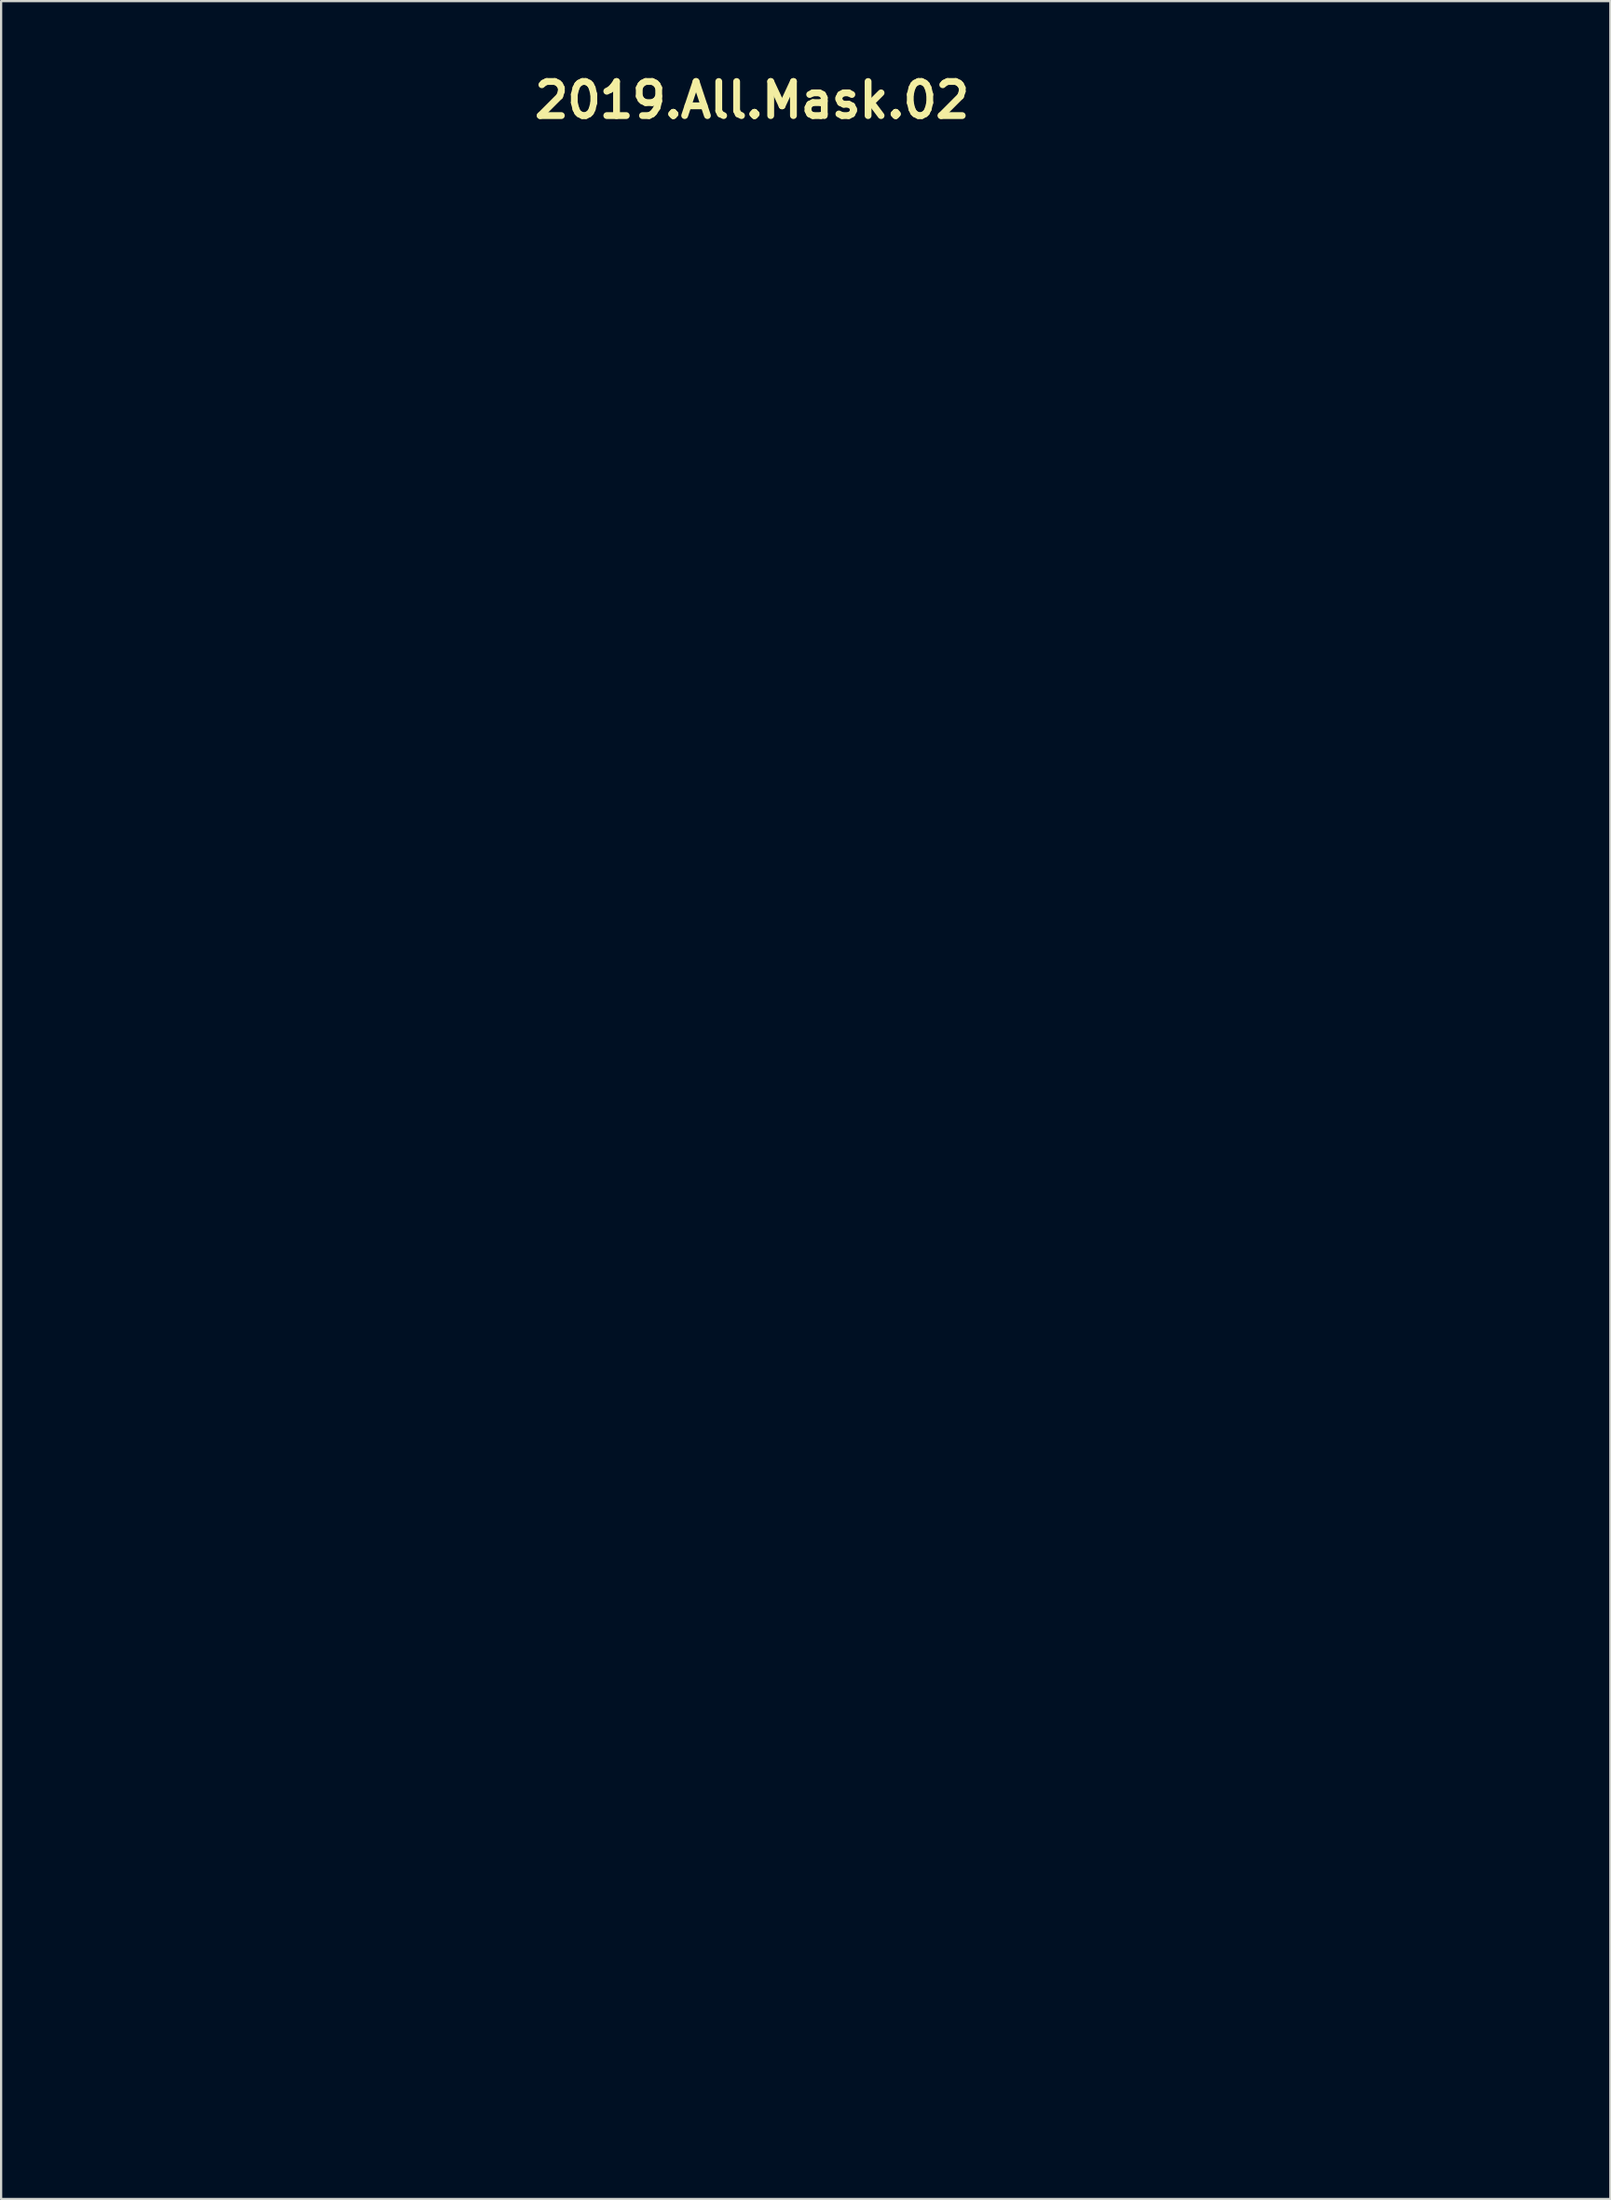
<source format=kicad_pcb>
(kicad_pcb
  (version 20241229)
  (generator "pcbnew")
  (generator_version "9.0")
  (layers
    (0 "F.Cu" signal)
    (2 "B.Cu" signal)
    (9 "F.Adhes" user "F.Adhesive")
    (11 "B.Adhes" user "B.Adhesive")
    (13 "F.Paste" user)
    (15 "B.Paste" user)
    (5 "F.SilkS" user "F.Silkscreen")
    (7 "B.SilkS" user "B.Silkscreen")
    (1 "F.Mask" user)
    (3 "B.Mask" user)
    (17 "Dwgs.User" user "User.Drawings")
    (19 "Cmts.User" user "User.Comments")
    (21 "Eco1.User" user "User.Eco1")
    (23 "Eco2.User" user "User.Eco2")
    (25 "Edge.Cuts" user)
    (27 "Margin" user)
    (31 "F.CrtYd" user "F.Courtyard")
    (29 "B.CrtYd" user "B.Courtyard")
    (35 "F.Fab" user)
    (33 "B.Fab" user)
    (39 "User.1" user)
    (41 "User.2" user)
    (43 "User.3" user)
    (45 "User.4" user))
  (footprint "2019.All.Mask.02"
    (layer "F.Cu")
    (at 30.577 48.353)
    (property "Reference" "2019.All.Mask.02" (at 0 -46.926 0) (layer "F.SilkS") (effects (font (size 1.524 1.524) (thickness 0.305))))
    (attr smd)
    (fp_poly (pts (xy -18.902 -39.143) (xy -18.903 -39.69) (xy -18.907 -40.116) (xy -18.917 -40.437) (xy -18.933 -40.673) (xy -18.957 -40.841) (xy -18.993 -40.958) (xy -19.04 -41.043) (xy -19.102 -41.113) (xy -19.174 -41.176) (xy -19.264 -41.224) (xy -19.397 -41.259) (xy -19.593 -41.283) (xy -19.876 -41.299) (xy -20.269 -41.308) (xy -20.794 -41.312) (xy -21.474 -41.313) (xy -22.088 -41.312) (xy -22.584 -41.307) (xy -22.977 -41.298) (xy -23.279 -41.284) (xy -23.506 -41.263) (xy -23.671 -41.236) (xy -23.787 -41.201) (xy -23.869 -41.158) (xy -23.94 -41.102) (xy -23.994 -41.034) (xy -24.034 -40.933) (xy -24.061 -40.777) (xy -24.077 -40.545) (xy -24.086 -40.217) (xy -24.09 -39.772) (xy -24.091 -39.187) (xy -24.091 -38.96) (xy -24.091 -38.733) (xy -24.091 -38.506) (xy -24.091 -38.279) (xy -24.091 -38.052) (xy -24.091 -37.825) (xy -24.091 -37.598) (xy -24.091 -37.372) (xy -23.766 -37.372) (xy -23.442 -37.372) (xy -23.118 -37.372) (xy -22.793 -37.372) (xy -22.469 -37.372) (xy -22.145 -37.372) (xy -21.82 -37.372) (xy -21.496 -37.372) (xy -21.172 -37.372) (xy -20.848 -37.372) (xy -20.523 -37.372) (xy -20.199 -37.372) (xy -19.875 -37.372) (xy -19.55 -37.372) (xy -19.226 -37.372) (xy -18.902 -37.372) (xy -18.902 -37.593) (xy -18.902 -37.814) (xy -18.902 -38.036) (xy -18.902 -38.257) (xy -18.902 -38.479) (xy -18.902 -38.7) (xy -18.902 -38.921) (xy -18.902 -39.143)) (stroke (width 0) (type solid)) (fill yes) (layer "F.Mask"))
    (fp_poly (pts (xy 19.91 -35.331) (xy 19.882 -35.392) (xy 19.866 -35.448) (xy 19.864 -35.504) (xy 19.877 -35.561) (xy 19.906 -35.624) (xy 19.953 -35.696) (xy 20.018 -35.779) (xy 20.102 -35.878) (xy 20.394 -36.318) (xy 20.485 -36.548) (xy 20.539 -36.78) (xy 20.56 -37.011) (xy 20.548 -37.239) (xy 20.505 -37.459) (xy 20.431 -37.669) (xy 20.329 -37.867) (xy 20.199 -38.048) (xy 20.043 -38.209) (xy 19.863 -38.348) (xy 19.659 -38.462) (xy 19.433 -38.547) (xy 19.186 -38.6) (xy 18.92 -38.619) (xy 18.671 -38.6) (xy 18.438 -38.547) (xy 18.224 -38.463) (xy 18.029 -38.35) (xy 17.855 -38.213) (xy 17.704 -38.054) (xy 17.576 -37.876) (xy 17.473 -37.683) (xy 17.397 -37.477) (xy 17.349 -37.263) (xy 17.331 -37.043) (xy 17.344 -36.821) (xy 17.389 -36.6) (xy 17.468 -36.382) (xy 17.582 -36.172) (xy 17.733 -35.972) (xy 17.816 -35.875) (xy 17.881 -35.789) (xy 17.93 -35.711) (xy 17.963 -35.64) (xy 17.983 -35.571) (xy 17.99 -35.502) (xy 17.986 -35.431) (xy 17.97 -35.353) (xy 17.949 -35.267) (xy 17.936 -35.204) (xy 17.932 -35.163) (xy 17.938 -35.143) (xy 17.956 -35.144) (xy 17.987 -35.163) (xy 18.032 -35.2) (xy 18.092 -35.254) (xy 18.235 -35.331) (xy 18.451 -35.388) (xy 18.715 -35.423) (xy 18.998 -35.438) (xy 19.273 -35.431) (xy 19.513 -35.402) (xy 19.69 -35.35) (xy 19.777 -35.276) (xy 19.79 -35.246) (xy 19.806 -35.218) (xy 19.825 -35.193) (xy 19.845 -35.17) (xy 19.865 -35.152) (xy 19.886 -35.138) (xy 19.907 -35.13) (xy 19.927 -35.127) (xy 19.944 -35.131) (xy 19.955 -35.142) (xy 19.96 -35.161) (xy 19.961 -35.186) (xy 19.956 -35.216) (xy 19.946 -35.251) (xy 19.93 -35.289) (xy 19.91 -35.331) (xy 19.91 -35.331)) (stroke (width 0) (type solid)) (fill yes) (layer "F.Mask"))
    (fp_poly (pts (xy 8.238 6.432) (xy 8.238 6.304) (xy 8.238 6.176) (xy 8.238 6.049) (xy 8.238 5.921) (xy 8.238 5.793) (xy 8.238 5.665) (xy 8.238 5.537) (xy 8.238 5.409) (xy 8.238 5.282) (xy 8.238 5.154) (xy 8.238 5.026) (xy 8.238 4.898) (xy 8.238 4.77) (xy 8.238 4.642) (xy 8.238 4.514) (xy 8.238 4.387) (xy 7.708 4.387) (xy 7.178 4.387) (xy 6.648 4.387) (xy 6.118 4.387) (xy 5.588 4.387) (xy 5.058 4.387) (xy 4.528 4.387) (xy 3.998 4.387) (xy 3.468 4.387) (xy 2.938 4.387) (xy 2.407 4.387) (xy 1.877 4.387) (xy 1.347 4.387) (xy 0.817 4.387) (xy 0.287 4.387) (xy -0.243 4.387) (xy -0.773 4.387) (xy -1.303 4.387) (xy -1.833 4.387) (xy -2.363 4.387) (xy -2.893 4.387) (xy -3.423 4.387) (xy -3.954 4.387) (xy -4.484 4.387) (xy -5.014 4.387) (xy -5.544 4.387) (xy -6.074 4.387) (xy -6.604 4.387) (xy -7.134 4.387) (xy -7.664 4.387) (xy -8.194 4.387) (xy -8.724 4.387) (xy -8.724 4.514) (xy -8.724 4.642) (xy -8.724 4.77) (xy -8.724 4.898) (xy -8.724 5.026) (xy -8.724 5.154) (xy -8.724 5.282) (xy -8.724 5.409) (xy -8.724 5.537) (xy -8.724 5.665) (xy -8.724 5.793) (xy -8.724 5.921) (xy -8.724 6.049) (xy -8.724 6.176) (xy -8.724 6.304) (xy -8.724 6.432) (xy -8.724 6.56) (xy -8.724 6.688) (xy -8.724 6.816) (xy -8.724 6.944) (xy -8.724 7.071) (xy -8.724 7.199) (xy -8.724 7.327) (xy -8.724 7.455) (xy -8.724 7.583) (xy -8.724 7.711) (xy -8.724 7.838) (xy -8.724 7.966) (xy -8.724 8.094) (xy -8.724 8.222) (xy -8.724 8.35) (xy -8.724 8.478) (xy -8.194 8.478) (xy -7.664 8.478) (xy -7.134 8.478) (xy -6.604 8.478) (xy -6.074 8.478) (xy -5.544 8.478) (xy -5.014 8.478) (xy -4.484 8.478) (xy -3.954 8.478) (xy -3.423 8.478) (xy -2.893 8.478) (xy -2.363 8.478) (xy -1.833 8.478) (xy -1.303 8.478) (xy -0.773 8.478) (xy -0.243 8.478) (xy 0.287 8.478) (xy 0.817 8.478) (xy 1.347 8.478) (xy 1.877 8.478) (xy 2.407 8.478) (xy 2.938 8.478) (xy 3.468 8.478) (xy 3.998 8.478) (xy 4.528 8.478) (xy 5.058 8.478) (xy 5.588 8.478) (xy 6.118 8.478) (xy 6.648 8.478) (xy 7.178 8.478) (xy 7.708 8.478) (xy 8.238 8.478) (xy 8.238 8.35) (xy 8.238 8.222) (xy 8.238 8.094) (xy 8.238 7.966) (xy 8.238 7.838) (xy 8.238 7.711) (xy 8.238 7.583) (xy 8.238 7.455) (xy 8.238 7.327) (xy 8.238 7.199) (xy 8.238 7.071) (xy 8.238 6.944) (xy 8.238 6.816) (xy 8.238 6.688) (xy 8.238 6.56) (xy 8.238 6.432)) (stroke (width 0) (type solid)) (fill yes) (layer "F.Mask"))
    (fp_poly (pts (xy 26.299 39.706) (xy 26.314 39.489) (xy 26.369 39.311) (xy 26.479 39.139) (xy 26.56 39.046) (xy 26.583 39.021) (xy 26.608 38.995) (xy 26.634 38.969) (xy 26.661 38.941) (xy 26.709 38.892) (xy 26.755 38.843) (xy 26.8 38.792) (xy 26.843 38.742) (xy 26.884 38.69) (xy 26.924 38.638) (xy 26.962 38.585) (xy 26.999 38.532) (xy 27.035 38.478) (xy 27.068 38.423) (xy 27.1 38.368) (xy 27.131 38.311) (xy 27.16 38.254) (xy 27.187 38.197) (xy 27.213 38.138) (xy 27.238 38.079) (xy 27.261 38.019) (xy 27.282 37.958) (xy 27.302 37.897) (xy 27.32 37.834) (xy 27.337 37.771) (xy 27.353 37.707) (xy 27.366 37.642) (xy 27.379 37.576) (xy 27.39 37.509) (xy 27.399 37.442) (xy 27.407 37.373) (xy 27.413 37.304) (xy 27.418 37.234) (xy 27.422 37.163) (xy 27.424 37.09) (xy 27.424 37.017) (xy 27.424 36.94) (xy 27.421 36.865) (xy 27.417 36.79) (xy 27.411 36.717) (xy 27.404 36.645) (xy 27.394 36.574) (xy 27.384 36.505) (xy 27.371 36.436) (xy 27.357 36.368) (xy 27.341 36.301) (xy 27.323 36.235) (xy 27.303 36.17) (xy 27.282 36.106) (xy 27.258 36.042) (xy 27.233 35.979) (xy 27.206 35.917) (xy 27.177 35.856) (xy 27.146 35.795) (xy 27.114 35.735) (xy 27.079 35.675) (xy 27.042 35.616) (xy 27.003 35.557) (xy 26.963 35.498) (xy 26.92 35.44) (xy 26.875 35.383) (xy 26.828 35.325) (xy 26.779 35.268) (xy 26.728 35.211) (xy 26.675 35.154) (xy 26.62 35.097) (xy 26.562 35.04) (xy 26.502 34.983) (xy 26.403 34.894) (xy 26.301 34.81) (xy 26.196 34.733) (xy 26.089 34.66) (xy 25.98 34.594) (xy 25.87 34.533) (xy 25.757 34.478) (xy 25.643 34.428) (xy 25.528 34.384) (xy 25.411 34.346) (xy 25.293 34.313) (xy 25.174 34.287) (xy 25.055 34.265) (xy 24.935 34.25) (xy 24.814 34.24) (xy 24.693 34.235) (xy 24.572 34.237) (xy 24.452 34.244) (xy 24.331 34.257) (xy 24.211 34.275) (xy 24.091 34.299) (xy 23.972 34.329) (xy 23.854 34.365) (xy 23.737 34.406) (xy 23.621 34.453) (xy 23.506 34.505) (xy 23.393 34.563) (xy 23.282 34.627) (xy 23.172 34.697) (xy 23.065 34.772) (xy 22.959 34.853) (xy 22.856 34.94) (xy 22.745 35.044) (xy 22.64 35.152) (xy 22.542 35.264) (xy 22.451 35.38) (xy 22.367 35.5) (xy 22.29 35.623) (xy 22.22 35.749) (xy 22.157 35.877) (xy 22.1 36.008) (xy 22.051 36.141) (xy 22.009 36.276) (xy 21.973 36.413) (xy 21.945 36.55) (xy 21.923 36.689) (xy 21.909 36.828) (xy 21.901 36.968) (xy 21.901 37.108) (xy 21.907 37.247) (xy 21.921 37.386) (xy 21.942 37.524) (xy 21.969 37.661) (xy 22.004 37.797) (xy 22.046 37.93) (xy 22.095 38.062) (xy 22.151 38.192) (xy 22.214 38.319) (xy 22.284 38.443) (xy 22.361 38.564) (xy 22.446 38.681) (xy 22.537 38.795) (xy 22.636 38.905) (xy 22.742 39.01) (xy 22.842 39.108) (xy 22.922 39.197) (xy 23.034 39.36) (xy 23.09 39.529) (xy 23.106 39.731) (xy 23.106 39.825) (xy 23.106 39.919) (xy 23.106 40.014) (xy 23.106 40.108) (xy 23.23 40.108) (xy 23.355 40.108) (xy 23.48 40.108) (xy 23.604 40.108) (xy 23.879 40.102) (xy 24.029 40.071) (xy 24.091 39.996) (xy 24.103 39.859) (xy 24.116 39.72) (xy 24.183 39.645) (xy 24.348 39.615) (xy 24.652 39.609) (xy 24.957 39.615) (xy 25.121 39.645) (xy 25.188 39.72) (xy 25.201 39.859) (xy 25.214 39.997) (xy 25.281 40.072) (xy 25.445 40.102) (xy 25.75 40.108) (xy 25.887 40.108) (xy 26.024 40.108) (xy 26.161 40.108) (xy 26.299 40.108) (xy 26.299 40.007) (xy 26.299 39.907) (xy 26.299 39.806) (xy 26.299 39.706)) (stroke (width 0) (type solid)) (fill yes) (layer "F.Mask"))
    (fp_poly (pts (xy 34.83 -10.45) (xy 34.925 -10.475) (xy 35.008 -10.503) (xy 35.08 -10.535) (xy 35.142 -10.575) (xy 35.195 -10.628) (xy 35.239 -10.696) (xy 35.276 -10.783) (xy 35.306 -10.892) (xy 35.329 -11.028) (xy 35.347 -11.192) (xy 35.36 -11.39) (xy 35.368 -11.623) (xy 35.374 -11.897) (xy 35.377 -12.214) (xy 35.379 -12.577) (xy 35.379 -12.991) (xy 35.379 -13.263) (xy 35.379 -13.536) (xy 35.379 -13.808) (xy 35.379 -14.081) (xy 35.379 -14.353) (xy 35.379 -14.625) (xy 35.379 -14.898) (xy 35.379 -15.17) (xy 35.329 -15.17) (xy 35.279 -15.17) (xy 35.229 -15.17) (xy 35.179 -15.17) (xy 35.129 -15.17) (xy 35.08 -15.17) (xy 35.03 -15.17) (xy 34.98 -15.17) (xy 34.93 -15.17) (xy 34.88 -15.17) (xy 34.83 -15.17) (xy 34.78 -15.17) (xy 34.73 -15.17) (xy 34.68 -15.17) (xy 34.631 -15.17) (xy 34.581 -15.17) (xy 34.581 -15.276) (xy 34.581 -15.382) (xy 34.581 -15.488) (xy 34.581 -15.594) (xy 34.581 -15.7) (xy 34.581 -15.806) (xy 34.581 -15.912) (xy 34.581 -16.019) (xy 34.581 -16.125) (xy 34.581 -16.231) (xy 34.581 -16.337) (xy 34.581 -16.443) (xy 34.581 -16.549) (xy 34.581 -16.655) (xy 34.581 -16.761) (xy 34.581 -16.867) (xy 34.631 -16.867) (xy 34.68 -16.867) (xy 34.73 -16.867) (xy 34.78 -16.867) (xy 34.83 -16.867) (xy 34.88 -16.867) (xy 34.93 -16.867) (xy 34.98 -16.867) (xy 35.099 -16.868) (xy 35.192 -16.874) (xy 35.262 -16.886) (xy 35.313 -16.907) (xy 35.346 -16.937) (xy 35.367 -16.98) (xy 35.376 -17.036) (xy 35.379 -17.109) (xy 35.374 -17.164) (xy 35.36 -17.222) (xy 35.337 -17.282) (xy 35.306 -17.341) (xy 35.267 -17.4) (xy 35.222 -17.456) (xy 35.172 -17.509) (xy 35.116 -17.558) (xy 35.022 -17.624) (xy 34.906 -17.674) (xy 34.737 -17.711) (xy 34.481 -17.736) (xy 34.106 -17.752) (xy 33.579 -17.76) (xy 32.866 -17.764) (xy 31.936 -17.765) (xy 31.006 -17.764) (xy 30.294 -17.76) (xy 29.767 -17.752) (xy 29.391 -17.736) (xy 29.136 -17.711) (xy 28.966 -17.674) (xy 28.851 -17.624) (xy 28.757 -17.558) (xy 28.701 -17.509) (xy 28.65 -17.456) (xy 28.606 -17.4) (xy 28.567 -17.341) (xy 28.536 -17.282) (xy 28.513 -17.222) (xy 28.499 -17.164) (xy 28.494 -17.109) (xy 28.497 -17.036) (xy 28.506 -16.98) (xy 28.526 -16.937) (xy 28.56 -16.907) (xy 28.61 -16.886) (xy 28.681 -16.874) (xy 28.774 -16.868) (xy 28.893 -16.867) (xy 28.943 -16.867) (xy 28.993 -16.867) (xy 29.043 -16.867) (xy 29.093 -16.867) (xy 29.143 -16.867) (xy 29.192 -16.867) (xy 29.242 -16.867) (xy 29.292 -16.867) (xy 29.292 -16.761) (xy 29.292 -16.655) (xy 29.292 -16.549) (xy 29.292 -16.443) (xy 29.292 -16.337) (xy 29.292 -16.231) (xy 29.292 -16.125) (xy 29.292 -16.019) (xy 29.292 -15.912) (xy 29.292 -15.806) (xy 29.292 -15.7) (xy 29.292 -15.594) (xy 29.292 -15.488) (xy 29.292 -15.382) (xy 29.292 -15.276) (xy 29.292 -15.17) (xy 29.242 -15.17) (xy 29.192 -15.17) (xy 29.143 -15.17) (xy 29.093 -15.17) (xy 29.043 -15.17) (xy 28.993 -15.17) (xy 28.943 -15.17) (xy 28.893 -15.17) (xy 28.843 -15.17) (xy 28.793 -15.17) (xy 28.743 -15.17) (xy 28.694 -15.17) (xy 28.644 -15.17) (xy 28.594 -15.17) (xy 28.544 -15.17) (xy 28.494 -15.17) (xy 28.494 -14.898) (xy 28.494 -14.625) (xy 28.494 -14.353) (xy 28.494 -14.081) (xy 28.494 -13.808) (xy 28.494 -13.536) (xy 28.494 -13.263) (xy 28.494 -12.991) (xy 28.494 -12.622) (xy 28.495 -12.297) (xy 28.496 -12.012) (xy 28.498 -11.765) (xy 28.502 -11.552) (xy 28.507 -11.371) (xy 28.514 -11.218) (xy 28.523 -11.091) (xy 28.535 -10.986) (xy 28.549 -10.9) (xy 28.566 -10.831) (xy 28.586 -10.774) (xy 28.61 -10.728) (xy 28.637 -10.689) (xy 28.668 -10.655) (xy 28.704 -10.621) (xy 28.741 -10.59) (xy 28.783 -10.562) (xy 28.832 -10.537) (xy 28.892 -10.516) (xy 28.966 -10.498) (xy 29.059 -10.482) (xy 29.174 -10.468) (xy 29.314 -10.457) (xy 29.483 -10.448) (xy 29.685 -10.44) (xy 29.922 -10.434) (xy 30.199 -10.428) (xy 30.519 -10.424) (xy 30.885 -10.421) (xy 31.302 -10.418) (xy 31.772 -10.415) (xy 32.064 -10.413) (xy 32.35 -10.412) (xy 32.629 -10.412) (xy 32.898 -10.412) (xy 33.156 -10.413) (xy 33.401 -10.414) (xy 33.633 -10.416) (xy 33.849 -10.418) (xy 34.048 -10.421) (xy 34.229 -10.424) (xy 34.389 -10.427) (xy 34.527 -10.431) (xy 34.642 -10.435) (xy 34.732 -10.44) (xy 34.795 -10.445) (xy 34.83 -10.45) (xy 34.83 -10.45)) (stroke (width 0) (type solid)) (fill yes) (layer "F.Mask"))
    (fp_poly (pts (xy -24.993 27.904) (xy -24.96 27.867) (xy -24.929 27.83) (xy -24.899 27.791) (xy -24.87 27.751) (xy -24.843 27.71) (xy -24.818 27.668) (xy -24.795 27.625) (xy -24.774 27.582) (xy -24.755 27.537) (xy -24.738 27.491) (xy -24.724 27.444) (xy -24.712 27.397) (xy -24.702 27.348) (xy -24.695 27.299) (xy -24.691 27.249) (xy -24.689 27.198) (xy -24.694 27.113) (xy -24.709 27.027) (xy -24.732 26.941) (xy -24.763 26.856) (xy -24.801 26.772) (xy -24.847 26.691) (xy -24.898 26.614) (xy -24.954 26.541) (xy -25.015 26.472) (xy -25.08 26.41) (xy -25.149 26.354) (xy -25.22 26.306) (xy -25.292 26.266) (xy -25.366 26.235) (xy -25.441 26.214) (xy -25.515 26.204) (xy -25.549 26.203) (xy -25.581 26.2) (xy -25.612 26.197) (xy -25.641 26.194) (xy -25.668 26.19) (xy -25.693 26.185) (xy -25.717 26.179) (xy -25.738 26.172) (xy -25.757 26.164) (xy -25.774 26.155) (xy -25.788 26.144) (xy -25.8 26.131) (xy -25.81 26.116) (xy -25.816 26.1) (xy -25.821 26.081) (xy -25.822 26.06) (xy -25.823 26.04) (xy -25.826 26.017) (xy -25.832 25.99) (xy -25.839 25.96) (xy -25.849 25.928) (xy -25.86 25.894) (xy -25.874 25.858) (xy -25.889 25.821) (xy -25.906 25.783) (xy -25.925 25.744) (xy -25.946 25.705) (xy -25.969 25.666) (xy -25.993 25.627) (xy -26.019 25.59) (xy -26.046 25.554) (xy -26.075 25.52) (xy -26.119 25.472) (xy -26.16 25.43) (xy -26.2 25.391) (xy -26.238 25.357) (xy -26.276 25.326) (xy -26.314 25.3) (xy -26.353 25.277) (xy -26.392 25.257) (xy -26.433 25.24) (xy -26.475 25.226) (xy -26.52 25.214) (xy -26.568 25.205) (xy -26.62 25.198) (xy -26.675 25.193) (xy -26.734 25.189) (xy -26.799 25.187) (xy -26.822 25.187) (xy -26.846 25.188) (xy -26.87 25.19) (xy -26.896 25.193) (xy -26.922 25.196) (xy -26.948 25.2) (xy -26.975 25.203) (xy -27.002 25.207) (xy -27.03 25.21) (xy -27.057 25.212) (xy -27.085 25.214) (xy -27.112 25.215) (xy -27.139 25.215) (xy -27.166 25.213) (xy -27.192 25.21) (xy -27.218 25.205) (xy -27.244 25.198) (xy -27.268 25.189) (xy -27.293 25.179) (xy -27.316 25.167) (xy -27.339 25.155) (xy -27.361 25.141) (xy -27.383 25.127) (xy -27.404 25.112) (xy -27.425 25.097) (xy -27.445 25.083) (xy -27.464 25.068) (xy -27.483 25.055) (xy -27.501 25.041) (xy -27.519 25.029) (xy -27.536 25.018) (xy -27.553 25.009) (xy -27.636 24.97) (xy -27.724 24.936) (xy -27.816 24.908) (xy -27.911 24.885) (xy -28.009 24.868) (xy -28.109 24.856) (xy -28.21 24.849) (xy -28.31 24.848) (xy -28.41 24.852) (xy -28.508 24.862) (xy -28.604 24.877) (xy -28.696 24.897) (xy -28.785 24.922) (xy -28.868 24.953) (xy -28.945 24.99) (xy -29.016 25.031) (xy -29.078 25.075) (xy -29.139 25.124) (xy -29.2 25.177) (xy -29.259 25.234) (xy -29.316 25.294) (xy -29.371 25.356) (xy -29.422 25.421) (xy -29.471 25.486) (xy -29.515 25.551) (xy -29.555 25.617) (xy -29.591 25.681) (xy -29.62 25.743) (xy -29.645 25.804) (xy -29.663 25.861) (xy -29.674 25.915) (xy -29.678 25.964) (xy -29.679 25.982) (xy -29.682 26.001) (xy -29.686 26.019) (xy -29.692 26.038) (xy -29.699 26.056) (xy -29.708 26.073) (xy -29.717 26.09) (xy -29.727 26.106) (xy -29.738 26.121) (xy -29.749 26.134) (xy -29.76 26.146) (xy -29.772 26.157) (xy -29.783 26.165) (xy -29.794 26.171) (xy -29.805 26.175) (xy -29.815 26.176) (xy -29.825 26.178) (xy -29.839 26.182) (xy -29.854 26.188) (xy -29.872 26.197) (xy -29.892 26.208) (xy -29.914 26.222) (xy -29.937 26.238) (xy -29.963 26.256) (xy -29.99 26.277) (xy -30.019 26.299) (xy -30.049 26.324) (xy -30.081 26.35) (xy -30.114 26.379) (xy -30.148 26.409) (xy -30.184 26.441) (xy -30.22 26.475) (xy -30.305 26.561) (xy -30.377 26.644) (xy -30.436 26.725) (xy -30.484 26.805) (xy -30.521 26.883) (xy -30.548 26.959) (xy -30.565 27.034) (xy -30.575 27.107) (xy -30.577 27.18) (xy -30.573 27.252) (xy -30.563 27.324) (xy -30.549 27.396) (xy -30.531 27.467) (xy -30.509 27.539) (xy -30.486 27.611) (xy -30.462 27.683) (xy -30.443 27.728) (xy -30.42 27.772) (xy -30.391 27.815) (xy -30.358 27.858) (xy -30.322 27.899) (xy -30.283 27.938) (xy -30.242 27.976) (xy -30.2 28.011) (xy -30.156 28.044) (xy -30.113 28.074) (xy -30.071 28.101) (xy -30.029 28.124) (xy -29.99 28.144) (xy -29.954 28.16) (xy -29.921 28.171) (xy -29.892 28.178) (xy -29.749 28.199) (xy -29.59 28.215) (xy -29.418 28.228) (xy -29.237 28.238) (xy -29.051 28.245) (xy -28.863 28.249) (xy -28.676 28.251) (xy -28.494 28.251) (xy -28.321 28.25) (xy -28.159 28.248) (xy -28.013 28.246) (xy -27.885 28.242) (xy -27.78 28.239) (xy -27.701 28.237) (xy -27.65 28.235) (xy -27.633 28.235) (xy -27.501 28.235) (xy -27.369 28.235) (xy -27.237 28.235) (xy -27.105 28.236) (xy -26.973 28.236) (xy -26.841 28.236) (xy -26.709 28.237) (xy -26.577 28.237) (xy -26.446 28.237) (xy -26.314 28.237) (xy -26.182 28.238) (xy -26.05 28.238) (xy -25.918 28.238) (xy -25.786 28.239) (xy -25.654 28.239) (xy -25.522 28.239) (xy -25.491 28.225) (xy -25.459 28.211) (xy -25.427 28.196) (xy -25.395 28.182) (xy -25.362 28.166) (xy -25.329 28.15) (xy -25.296 28.133) (xy -25.263 28.115) (xy -25.229 28.096) (xy -25.196 28.075) (xy -25.162 28.052) (xy -25.128 28.027) (xy -25.094 28) (xy -25.06 27.971) (xy -25.027 27.939) (xy -24.993 27.904) (xy -24.993 27.904)) (stroke (width 0) (type solid)) (fill yes) (layer "F.Mask"))
    (fp_poly (pts (xy 0.512 43.62) (xy 0.648 43.52) (xy 0.782 43.42) (xy 0.915 43.319) (xy 1.047 43.218) (xy 1.177 43.115) (xy 1.305 43.013) (xy 1.432 42.91) (xy 1.557 42.806) (xy 1.681 42.702) (xy 1.803 42.598) (xy 1.924 42.493) (xy 2.043 42.387) (xy 2.16 42.282) (xy 2.276 42.176) (xy 2.389 42.07) (xy 2.501 41.963) (xy 2.612 41.856) (xy 2.72 41.749) (xy 2.827 41.642) (xy 2.932 41.535) (xy 3.034 41.427) (xy 3.135 41.319) (xy 3.235 41.212) (xy 3.332 41.104) (xy 3.427 40.996) (xy 3.52 40.888) (xy 3.611 40.78) (xy 3.7 40.672) (xy 3.744 40.618) (xy 3.787 40.564) (xy 3.872 40.456) (xy 3.954 40.348) (xy 4.035 40.24) (xy 4.073 40.189) (xy 4.109 40.139) (xy 4.178 40.044) (xy 4.243 39.953) (xy 4.304 39.865) (xy 4.361 39.781) (xy 4.416 39.698) (xy 4.468 39.617) (xy 4.519 39.536) (xy 4.568 39.455) (xy 4.616 39.373) (xy 4.664 39.288) (xy 4.711 39.201) (xy 4.76 39.111) (xy 4.81 39.016) (xy 4.861 38.915) (xy 4.914 38.809) (xy 4.986 38.66) (xy 5.054 38.513) (xy 5.118 38.367) (xy 5.177 38.223) (xy 5.232 38.081) (xy 5.282 37.94) (xy 5.328 37.801) (xy 5.369 37.664) (xy 5.406 37.528) (xy 5.439 37.394) (xy 5.467 37.262) (xy 5.491 37.131) (xy 5.51 37.002) (xy 5.525 36.875) (xy 5.536 36.749) (xy 5.542 36.625) (xy 5.543 36.502) (xy 5.541 36.381) (xy 5.533 36.261) (xy 5.522 36.143) (xy 5.506 36.026) (xy 5.485 35.911) (xy 5.46 35.798) (xy 5.431 35.686) (xy 5.397 35.575) (xy 5.359 35.466) (xy 5.317 35.358) (xy 5.27 35.252) (xy 5.218 35.147) (xy 5.162 35.044) (xy 5.102 34.942) (xy 5.038 34.841) (xy 4.938 34.701) (xy 4.833 34.569) (xy 4.722 34.445) (xy 4.605 34.328) (xy 4.483 34.219) (xy 4.357 34.118) (xy 4.226 34.024) (xy 4.091 33.939) (xy 3.952 33.861) (xy 3.81 33.791) (xy 3.664 33.729) (xy 3.517 33.676) (xy 3.366 33.63) (xy 3.214 33.592) (xy 3.06 33.562) (xy 2.905 33.541) (xy 2.749 33.528) (xy 2.593 33.523) (xy 2.436 33.526) (xy 2.279 33.537) (xy 2.123 33.557) (xy 1.968 33.585) (xy 1.814 33.622) (xy 1.661 33.667) (xy 1.511 33.721) (xy 1.362 33.783) (xy 1.217 33.854) (xy 1.074 33.933) (xy 0.934 34.022) (xy 0.799 34.118) (xy 0.667 34.224) (xy 0.539 34.338) (xy 0.535 34.343) (xy 0.53 34.347) (xy 0.526 34.351) (xy 0.521 34.355) (xy 0.517 34.36) (xy 0.512 34.364) (xy 0.503 34.373) (xy 0.494 34.381) (xy 0.485 34.39) (xy 0.476 34.399) (xy 0.467 34.407) (xy 0.458 34.416) (xy 0.448 34.425) (xy 0.439 34.433) (xy 0.43 34.442) (xy 0.421 34.45) (xy 0.393 34.475) (xy 0.361 34.498) (xy 0.324 34.519) (xy 0.284 34.537) (xy 0.241 34.552) (xy 0.196 34.564) (xy 0.148 34.573) (xy 0.1 34.577) (xy 0.05 34.577) (xy 0.001 34.573) (xy -0.049 34.563) (xy -0.097 34.548) (xy -0.144 34.527) (xy -0.189 34.5) (xy -0.231 34.467) (xy -0.27 34.426) (xy -0.283 34.415) (xy -0.295 34.404) (xy -0.308 34.393) (xy -0.32 34.382) (xy -0.333 34.37) (xy -0.345 34.359) (xy -0.358 34.348) (xy -0.37 34.337) (xy -0.376 34.331) (xy -0.383 34.326) (xy -0.389 34.32) (xy -0.395 34.314) (xy -0.401 34.309) (xy -0.408 34.303) (xy -0.414 34.298) (xy -0.42 34.292) (xy -0.527 34.201) (xy -0.637 34.115) (xy -0.749 34.035) (xy -0.864 33.961) (xy -0.981 33.892) (xy -1.1 33.83) (xy -1.221 33.773) (xy -1.344 33.722) (xy -1.468 33.676) (xy -1.594 33.637) (xy -1.721 33.603) (xy -1.849 33.575) (xy -1.978 33.553) (xy -2.107 33.536) (xy -2.237 33.525) (xy -2.367 33.521) (xy -2.497 33.521) (xy -2.627 33.528) (xy -2.757 33.541) (xy -2.886 33.559) (xy -3.015 33.583) (xy -3.143 33.613) (xy -3.269 33.648) (xy -3.395 33.69) (xy -3.519 33.737) (xy -3.642 33.79) (xy -3.763 33.849) (xy -3.881 33.914) (xy -3.998 33.985) (xy -4.113 34.061) (xy -4.224 34.143) (xy -4.334 34.231) (xy -4.399 34.288) (xy -4.463 34.348) (xy -4.524 34.409) (xy -4.584 34.473) (xy -4.643 34.539) (xy -4.699 34.607) (xy -4.754 34.677) (xy -4.806 34.748) (xy -4.857 34.822) (xy -4.905 34.896) (xy -4.952 34.973) (xy -4.996 35.05) (xy -5.039 35.129) (xy -5.079 35.21) (xy -5.117 35.291) (xy -5.152 35.373) (xy -5.186 35.456) (xy -5.217 35.54) (xy -5.245 35.625) (xy -5.271 35.71) (xy -5.295 35.795) (xy -5.316 35.881) (xy -5.335 35.968) (xy -5.351 36.054) (xy -5.364 36.141) (xy -5.375 36.228) (xy -5.383 36.314) (xy -5.388 36.401) (xy -5.391 36.487) (xy -5.39 36.572) (xy -5.387 36.657) (xy -5.381 36.742) (xy -5.37 36.842) (xy -5.358 36.942) (xy -5.343 37.043) (xy -5.326 37.144) (xy -5.307 37.246) (xy -5.285 37.348) (xy -5.262 37.45) (xy -5.236 37.553) (xy -5.208 37.656) (xy -5.177 37.76) (xy -5.145 37.863) (xy -5.11 37.967) (xy -5.073 38.072) (xy -5.034 38.176) (xy -4.993 38.281) (xy -4.95 38.386) (xy -4.905 38.492) (xy -4.857 38.597) (xy -4.808 38.703) (xy -4.756 38.809) (xy -4.702 38.915) (xy -4.647 39.022) (xy -4.589 39.128) (xy -4.529 39.235) (xy -4.467 39.341) (xy -4.403 39.448) (xy -4.337 39.555) (xy -4.269 39.662) (xy -4.199 39.769) (xy -4.127 39.876) (xy -4.053 39.984) (xy -3.977 40.091) (xy -3.899 40.198) (xy -3.82 40.305) (xy -3.738 40.412) (xy -3.654 40.52) (xy -3.568 40.627) (xy -3.481 40.734) (xy -3.391 40.841) (xy -3.3 40.948) (xy -3.207 41.055) (xy -3.112 41.161) (xy -3.015 41.268) (xy -2.916 41.374) (xy -2.815 41.481) (xy -2.713 41.587) (xy -2.609 41.693) (xy -2.503 41.799) (xy -2.395 41.904) (xy -2.285 42.009) (xy -2.174 42.114) (xy -2.06 42.219) (xy -1.945 42.324) (xy -1.829 42.428) (xy -1.71 42.532) (xy -1.59 42.636) (xy -1.468 42.739) (xy -1.344 42.842) (xy -1.219 42.945) (xy -1.092 43.047) (xy -0.963 43.149) (xy -0.833 43.251) (xy -0.701 43.352) (xy -0.567 43.453) (xy -0.501 43.502) (xy -0.44 43.549) (xy -0.331 43.632) (xy -0.238 43.702) (xy -0.159 43.76) (xy -0.091 43.806) (xy -0.033 43.84) (xy 0.017 43.863) (xy 0.063 43.876) (xy 0.106 43.877) (xy 0.148 43.869) (xy 0.192 43.85) (xy 0.24 43.822) (xy 0.294 43.784) (xy 0.355 43.738) (xy 0.428 43.683) (xy 0.468 43.653) (xy 0.512 43.62) (xy 0.512 43.62) (xy 0.512 43.62) (xy 0.512 43.62) (xy 0.512 43.62) (xy 0.512 43.62)) (stroke (width 0) (type solid)) (fill yes) (layer "F.Mask")))
  (gr_rect
    (start -3 -3)
    (end 68.956 95.23)
    (stroke (width 0.1) (type default))
    (fill no)
    (layer "Edge.Cuts")))
</source>
